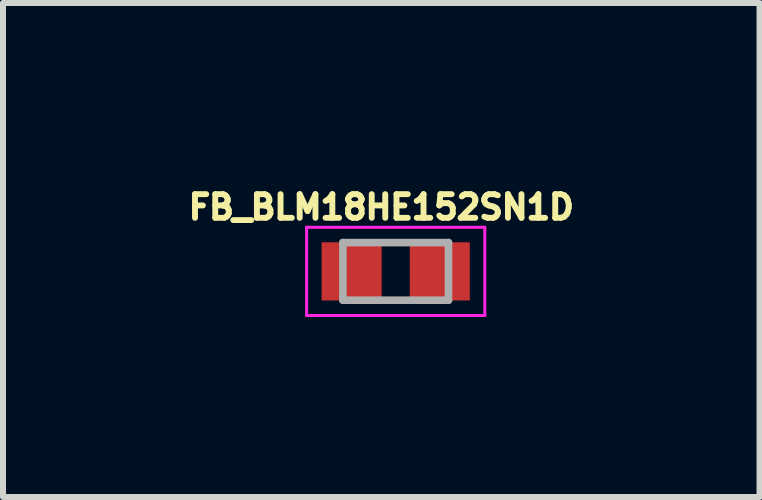
<source format=kicad_pcb>
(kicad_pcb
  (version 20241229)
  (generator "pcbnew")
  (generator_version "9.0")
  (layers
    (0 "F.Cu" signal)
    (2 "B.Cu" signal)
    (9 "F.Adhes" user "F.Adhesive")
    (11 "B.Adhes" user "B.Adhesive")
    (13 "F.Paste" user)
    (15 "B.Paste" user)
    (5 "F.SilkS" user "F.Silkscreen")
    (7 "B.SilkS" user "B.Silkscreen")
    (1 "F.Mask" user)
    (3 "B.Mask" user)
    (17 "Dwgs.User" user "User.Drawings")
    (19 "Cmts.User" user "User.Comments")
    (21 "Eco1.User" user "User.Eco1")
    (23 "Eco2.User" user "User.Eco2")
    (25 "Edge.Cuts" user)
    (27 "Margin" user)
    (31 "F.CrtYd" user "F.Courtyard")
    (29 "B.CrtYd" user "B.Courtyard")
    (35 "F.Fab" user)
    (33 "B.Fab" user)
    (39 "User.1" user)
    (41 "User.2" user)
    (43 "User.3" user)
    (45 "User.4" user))
  (footprint "FB_BLM18HE152SN1D"
    (layer "F.Cu")
    (at 3.545 1.473)
    (property "Reference" "FB_BLM18HE152SN1D" (at -0.24 -1.07 0) (layer "F.SilkS") (effects (font (size 0.394 0.394) (thickness 0.15))))
    (attr through_hole)
    (fp_line (start -1.485 -0.735) (end 1.485 -0.735) (stroke (width 0.05) (type solid)) (layer "F.CrtYd"))
    (fp_line (start -1.485 0.735) (end -1.485 -0.735) (stroke (width 0.05) (type solid)) (layer "F.CrtYd"))
    (fp_line (start -1.485 0.735) (end 1.485 0.735) (stroke (width 0.05) (type solid)) (layer "F.CrtYd"))
    (fp_line (start 1.485 0.735) (end 1.485 -0.735) (stroke (width 0.05) (type solid)) (layer "F.CrtYd"))
    (fp_line (start -0.88 0.48) (end -0.88 -0.48) (stroke (width 0.127) (type solid)) (layer "F.Fab"))
    (fp_line (start 0.88 -0.48) (end -0.88 -0.48) (stroke (width 0.127) (type solid)) (layer "F.Fab"))
    (fp_line (start 0.88 0.48) (end -0.88 0.48) (stroke (width 0.127) (type solid)) (layer "F.Fab"))
    (fp_line (start 0.88 0.48) (end 0.88 -0.48) (stroke (width 0.127) (type solid)) (layer "F.Fab"))
    (pad "1" smd rect (at -0.735 0) (size 1 0.97) (layers "F.Cu" "F.Mask" "F.Paste"))
    (pad "2" smd rect (at 0.735 0) (size 1 0.97) (layers "F.Cu" "F.Mask" "F.Paste")))
  (gr_rect
    (start -3 -3)
    (end 9.609 5.233)
    (stroke (width 0.1) (type default))
    (fill no)
    (layer "Edge.Cuts")))
</source>
